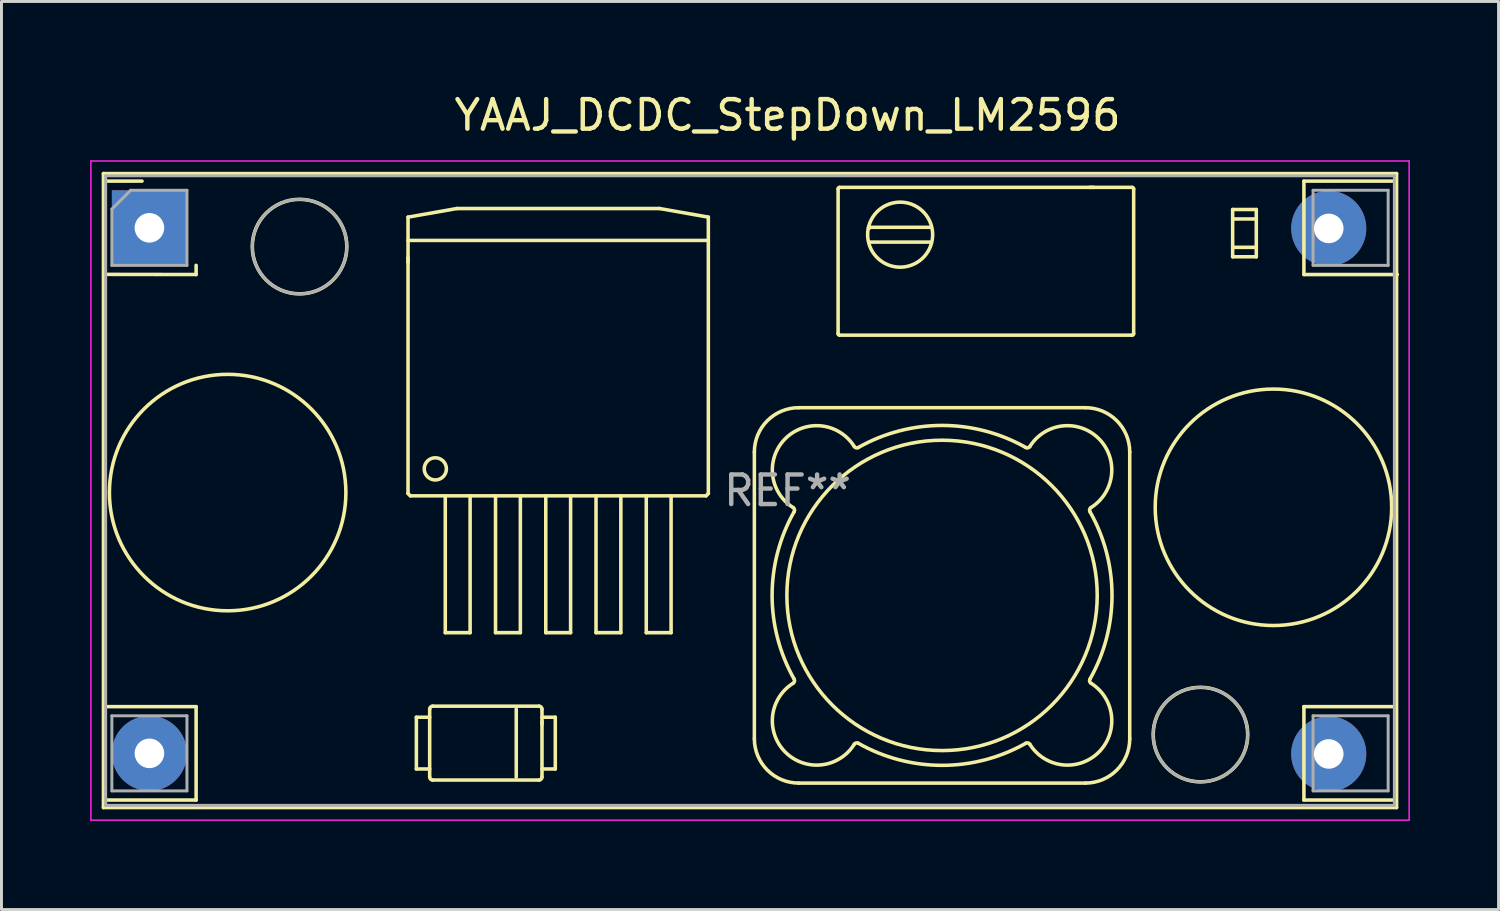
<source format=kicad_pcb>
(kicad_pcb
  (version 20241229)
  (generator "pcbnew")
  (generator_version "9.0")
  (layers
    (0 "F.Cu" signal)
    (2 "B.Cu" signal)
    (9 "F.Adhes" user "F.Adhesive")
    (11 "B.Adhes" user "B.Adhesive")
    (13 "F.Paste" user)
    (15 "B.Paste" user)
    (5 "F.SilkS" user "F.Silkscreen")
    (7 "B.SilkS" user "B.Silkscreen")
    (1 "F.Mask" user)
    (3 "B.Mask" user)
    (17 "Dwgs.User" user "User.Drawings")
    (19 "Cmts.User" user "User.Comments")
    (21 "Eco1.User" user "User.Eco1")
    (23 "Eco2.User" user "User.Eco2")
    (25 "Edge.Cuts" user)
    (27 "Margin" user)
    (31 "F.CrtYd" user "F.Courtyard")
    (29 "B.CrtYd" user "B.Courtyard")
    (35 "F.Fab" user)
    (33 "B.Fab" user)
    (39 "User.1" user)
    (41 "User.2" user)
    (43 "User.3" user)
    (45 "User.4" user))
  (footprint "YAAJ_DCDC_StepDown_LM2596"
    (layer "F.Cu")
    (at 2.005 4.658)
    (property "Reference" "YAAJ_DCDC_StepDown_LM2596" (at 21.59 -3.81 0) (layer "F.SilkS") (effects (font (size 1 1) (thickness 0.15))))
    (attr through_hole)
    (fp_line (start -1.555 -1.835) (end -1.555 19.615) (stroke (width 0.12) (type solid)) (layer "F.SilkS"))
    (fp_line (start -1.555 19.615) (end 42.195 19.615) (stroke (width 0.12) (type solid)) (layer "F.SilkS"))
    (fp_line (start -1.55 -1.58) (end -0.25 -1.58) (stroke (width 0.12) (type solid)) (layer "F.SilkS"))
    (fp_line (start -1.55 1.575) (end 1.58 1.58) (stroke (width 0.12) (type solid)) (layer "F.SilkS"))
    (fp_line (start -1.55 16.2) (end 1.58 16.2) (stroke (width 0.12) (type solid)) (layer "F.SilkS"))
    (fp_line (start -1.55 19.36) (end 1.58 19.36) (stroke (width 0.12) (type solid)) (layer "F.SilkS"))
    (fp_line (start 1.58 1.27) (end 1.58 1.58) (stroke (width 0.12) (type solid)) (layer "F.SilkS"))
    (fp_line (start 1.58 16.2) (end 1.58 19.36) (stroke (width 0.12) (type solid)) (layer "F.SilkS"))
    (fp_line (start 8.749 1.004) (end 8.749 1.166) (stroke (width 0.12) (type solid)) (layer "F.SilkS"))
    (fp_line (start 8.75 -0.362) (end 10.4 -0.653) (stroke (width 0.12) (type solid)) (layer "F.SilkS"))
    (fp_line (start 8.75 8.989) (end 8.75 -0.362) (stroke (width 0.12) (type solid)) (layer "F.SilkS"))
    (fp_line (start 8.75 8.989) (end 8.828 9.067) (stroke (width 0.12) (type solid)) (layer "F.SilkS"))
    (fp_line (start 8.828 9.067) (end 18.833 9.067) (stroke (width 0.12) (type solid)) (layer "F.SilkS"))
    (fp_line (start 9.032 16.558) (end 9.482 16.558) (stroke (width 0.12) (type solid)) (layer "F.SilkS"))
    (fp_line (start 9.032 18.308) (end 9.032 16.558) (stroke (width 0.12) (type solid)) (layer "F.SilkS"))
    (fp_line (start 9.482 18.308) (end 9.032 18.308) (stroke (width 0.12) (type solid)) (layer "F.SilkS"))
    (fp_line (start 9.482 18.583) (end 9.482 16.283) (stroke (width 0.12) (type solid)) (layer "F.SilkS"))
    (fp_line (start 9.582 16.183) (end 13.182 16.183) (stroke (width 0.12) (type solid)) (layer "F.SilkS"))
    (fp_line (start 10.01 13.697) (end 10.01 9.067) (stroke (width 0.12) (type solid)) (layer "F.SilkS"))
    (fp_line (start 10.01 13.697) (end 10.85 13.697) (stroke (width 0.12) (type solid)) (layer "F.SilkS"))
    (fp_line (start 10.4 -0.653) (end 17.26 -0.653) (stroke (width 0.12) (type solid)) (layer "F.SilkS"))
    (fp_line (start 10.85 13.697) (end 10.85 9.067) (stroke (width 0.12) (type solid)) (layer "F.SilkS"))
    (fp_line (start 11.71 13.697) (end 11.71 9.067) (stroke (width 0.12) (type solid)) (layer "F.SilkS"))
    (fp_line (start 11.71 13.697) (end 12.55 13.697) (stroke (width 0.12) (type solid)) (layer "F.SilkS"))
    (fp_line (start 12.411 16.283) (end 12.411 18.583) (stroke (width 0.12) (type solid)) (layer "F.SilkS"))
    (fp_line (start 12.55 13.697) (end 12.55 9.067) (stroke (width 0.12) (type solid)) (layer "F.SilkS"))
    (fp_line (start 13.182 18.683) (end 9.582 18.683) (stroke (width 0.12) (type solid)) (layer "F.SilkS"))
    (fp_line (start 13.282 16.283) (end 13.282 18.583) (stroke (width 0.12) (type solid)) (layer "F.SilkS"))
    (fp_line (start 13.282 16.558) (end 13.732 16.558) (stroke (width 0.12) (type solid)) (layer "F.SilkS"))
    (fp_line (start 13.283 16.795) (end 13.283 16.7) (stroke (width 0.12) (type solid)) (layer "F.SilkS"))
    (fp_line (start 13.41 13.697) (end 13.41 9.067) (stroke (width 0.12) (type solid)) (layer "F.SilkS"))
    (fp_line (start 13.41 13.697) (end 14.25 13.697) (stroke (width 0.12) (type solid)) (layer "F.SilkS"))
    (fp_line (start 13.732 16.558) (end 13.732 18.308) (stroke (width 0.12) (type solid)) (layer "F.SilkS"))
    (fp_line (start 13.732 18.308) (end 13.282 18.308) (stroke (width 0.12) (type solid)) (layer "F.SilkS"))
    (fp_line (start 14.25 13.697) (end 14.25 9.067) (stroke (width 0.12) (type solid)) (layer "F.SilkS"))
    (fp_line (start 15.11 13.697) (end 15.11 9.067) (stroke (width 0.12) (type solid)) (layer "F.SilkS"))
    (fp_line (start 15.11 13.697) (end 15.95 13.697) (stroke (width 0.12) (type solid)) (layer "F.SilkS"))
    (fp_line (start 15.95 13.697) (end 15.95 9.067) (stroke (width 0.12) (type solid)) (layer "F.SilkS"))
    (fp_line (start 16.81 13.697) (end 16.81 9.067) (stroke (width 0.12) (type solid)) (layer "F.SilkS"))
    (fp_line (start 16.81 13.697) (end 17.65 13.697) (stroke (width 0.12) (type solid)) (layer "F.SilkS"))
    (fp_line (start 17.26 -0.653) (end 18.91 -0.362) (stroke (width 0.12) (type solid)) (layer "F.SilkS"))
    (fp_line (start 17.65 13.697) (end 17.65 9.067) (stroke (width 0.12) (type solid)) (layer "F.SilkS"))
    (fp_line (start 18.833 9.067) (end 18.91 8.989) (stroke (width 0.12) (type solid)) (layer "F.SilkS"))
    (fp_line (start 18.91 0.427) (end 8.75 0.427) (stroke (width 0.12) (type solid)) (layer "F.SilkS"))
    (fp_line (start 18.91 8.989) (end 18.91 -0.362) (stroke (width 0.12) (type solid)) (layer "F.SilkS"))
    (fp_line (start 20.467 7.586) (end 20.467 17.286) (stroke (width 0.12) (type solid)) (layer "F.SilkS"))
    (fp_line (start 21.967 18.786) (end 31.667 18.786) (stroke (width 0.12) (type solid)) (layer "F.SilkS"))
    (fp_line (start 23.3 3.582) (end 23.3 -1.318) (stroke (width 0.12) (type solid)) (layer "F.SilkS"))
    (fp_line (start 23.35 -1.368) (end 33.25 -1.368) (stroke (width 0.12) (type solid)) (layer "F.SilkS"))
    (fp_line (start 24.336 -0.049) (end 24.361 -0.018) (stroke (width 0.12) (type solid)) (layer "F.SilkS"))
    (fp_line (start 24.349 0.007) (end 24.324 0.002) (stroke (width 0.12) (type solid)) (layer "F.SilkS"))
    (fp_line (start 24.349 0.007) (end 24.356 -0.024) (stroke (width 0.12) (type solid)) (layer "F.SilkS"))
    (fp_line (start 24.349 0.007) (end 24.361 -0.018) (stroke (width 0.12) (type solid)) (layer "F.SilkS"))
    (fp_line (start 24.361 0.482) (end 26.439 0.482) (stroke (width 0.12) (type solid)) (layer "F.SilkS"))
    (fp_line (start 26.439 -0.018) (end 24.361 -0.018) (stroke (width 0.12) (type solid)) (layer "F.SilkS"))
    (fp_line (start 31.667 6.086) (end 21.967 6.086) (stroke (width 0.12) (type solid)) (layer "F.SilkS"))
    (fp_line (start 31.859 -1.369) (end 31.814 -1.369) (stroke (width 0.12) (type solid)) (layer "F.SilkS"))
    (fp_line (start 31.942 -1.369) (end 31.908 -1.369) (stroke (width 0.12) (type solid)) (layer "F.SilkS"))
    (fp_line (start 33.167 17.286) (end 33.167 7.586) (stroke (width 0.12) (type solid)) (layer "F.SilkS"))
    (fp_line (start 33.25 3.632) (end 23.35 3.632) (stroke (width 0.12) (type solid)) (layer "F.SilkS"))
    (fp_line (start 33.3 -1.318) (end 33.3 3.582) (stroke (width 0.12) (type solid)) (layer "F.SilkS"))
    (fp_line (start 36.649 -0.3) (end 37.449 -0.3) (stroke (width 0.12) (type solid)) (layer "F.SilkS"))
    (fp_line (start 36.649 0.98) (end 36.649 -0.62) (stroke (width 0.12) (type solid)) (layer "F.SilkS"))
    (fp_line (start 37.449 -0.62) (end 36.649 -0.62) (stroke (width 0.12) (type solid)) (layer "F.SilkS"))
    (fp_line (start 37.449 -0.62) (end 37.449 0.98) (stroke (width 0.12) (type solid)) (layer "F.SilkS"))
    (fp_line (start 37.449 0.66) (end 36.649 0.66) (stroke (width 0.12) (type solid)) (layer "F.SilkS"))
    (fp_line (start 37.449 0.98) (end 36.649 0.98) (stroke (width 0.12) (type solid)) (layer "F.SilkS"))
    (fp_line (start 39.06 -1.58) (end 42.175 -1.58) (stroke (width 0.12) (type solid)) (layer "F.SilkS"))
    (fp_line (start 39.06 1.58) (end 39.06 -1.58) (stroke (width 0.12) (type solid)) (layer "F.SilkS"))
    (fp_line (start 39.06 1.58) (end 42.22 1.58) (stroke (width 0.12) (type solid)) (layer "F.SilkS"))
    (fp_line (start 39.06 16.2) (end 42.175 16.2) (stroke (width 0.12) (type solid)) (layer "F.SilkS"))
    (fp_line (start 39.06 19.36) (end 39.06 16.2) (stroke (width 0.12) (type solid)) (layer "F.SilkS"))
    (fp_line (start 39.06 19.36) (end 42.175 19.36) (stroke (width 0.12) (type solid)) (layer "F.SilkS"))
    (fp_line (start 42.195 -1.835) (end -1.555 -1.835) (stroke (width 0.12) (type solid)) (layer "F.SilkS"))
    (fp_line (start 42.195 19.615) (end 42.195 -1.835) (stroke (width 0.12) (type solid)) (layer "F.SilkS"))
    (fp_arc (start 9.481636 16.283217) (mid 9.510925 16.212506) (end 9.581636 16.183217) (stroke (width 0.12) (type solid)) (layer "F.SilkS"))
    (fp_arc (start 9.581636 18.683217) (mid 9.510925 18.653928) (end 9.481636 18.583217) (stroke (width 0.12) (type solid)) (layer "F.SilkS"))
    (fp_arc (start 13.181636 16.183217) (mid 13.252347 16.212506) (end 13.281636 16.283217) (stroke (width 0.12) (type solid)) (layer "F.SilkS"))
    (fp_arc (start 13.281636 18.583217) (mid 13.252347 18.653928) (end 13.181636 18.683217) (stroke (width 0.12) (type solid)) (layer "F.SilkS"))
    (fp_arc (start 20.467397 7.585796) (mid 20.906737 6.525136) (end 21.967397 6.085796) (stroke (width 0.12) (type solid)) (layer "F.SilkS"))
    (fp_arc (start 21.781131 9.46601) (mid 21.825145 9.526245) (end 21.815218 9.600183) (stroke (width 0.12) (type solid)) (layer "F.SilkS"))
    (fp_arc (start 21.781132 9.466011) (mid 21.514096 7.132496) (end 23.847611 7.399531) (stroke (width 0.12) (type solid)) (layer "F.SilkS"))
    (fp_arc (start 21.815217 15.271409) (mid 21.825145 15.345347) (end 21.781132 15.405582) (stroke (width 0.12) (type solid)) (layer "F.SilkS"))
    (fp_arc (start 21.815218 15.27141) (mid 21.067397 12.435796) (end 21.815218 9.600183) (stroke (width 0.12) (type solid)) (layer "F.SilkS"))
    (fp_arc (start 21.967397 18.785796) (mid 20.906737 18.346456) (end 20.467397 17.285796) (stroke (width 0.12) (type solid)) (layer "F.SilkS"))
    (fp_arc (start 23.299783 -1.317705) (mid 23.314428 -1.35306) (end 23.349783 -1.367705) (stroke (width 0.12) (type solid)) (layer "F.SilkS"))
    (fp_arc (start 23.349783 3.632294) (mid 23.314428 3.617649) (end 23.299783 3.582294) (stroke (width 0.12) (type solid)) (layer "F.SilkS"))
    (fp_arc (start 23.847611 17.472062) (mid 21.514095 17.739097) (end 21.781132 15.405582) (stroke (width 0.12) (type solid)) (layer "F.SilkS"))
    (fp_arc (start 23.847611 17.472062) (mid 23.907845 17.428049) (end 23.981783 17.437976) (stroke (width 0.12) (type solid)) (layer "F.SilkS"))
    (fp_arc (start 23.981783 7.433617) (mid 23.907845 7.443544) (end 23.847611 7.399531) (stroke (width 0.12) (type solid)) (layer "F.SilkS"))
    (fp_arc (start 23.981784 7.433617) (mid 26.817397 6.685796) (end 29.653011 7.433617) (stroke (width 0.12) (type solid)) (layer "F.SilkS"))
    (fp_arc (start 24.324148 0.462527) (mid 26.469605 -0.023594) (end 24.336385 0.51369) (stroke (width 0.12) (type solid)) (layer "F.SilkS"))
    (fp_arc (start 29.653011 17.437976) (mid 26.817397 18.185797) (end 23.981783 17.437976) (stroke (width 0.12) (type solid)) (layer "F.SilkS"))
    (fp_arc (start 29.653011 17.437976) (mid 29.726949 17.428049) (end 29.787183 17.472062) (stroke (width 0.12) (type solid)) (layer "F.SilkS"))
    (fp_arc (start 29.787183 7.399531) (mid 29.726949 7.443544) (end 29.653011 7.433617) (stroke (width 0.12) (type solid)) (layer "F.SilkS"))
    (fp_arc (start 29.787183 7.399531) (mid 32.120699 7.132496) (end 31.853662 9.466011) (stroke (width 0.12) (type solid)) (layer "F.SilkS"))
    (fp_arc (start 31.667397 6.085796) (mid 32.728057 6.525136) (end 33.167397 7.585796) (stroke (width 0.12) (type solid)) (layer "F.SilkS"))
    (fp_arc (start 31.819576 9.600183) (mid 32.567397 12.435796) (end 31.819576 15.27141) (stroke (width 0.12) (type solid)) (layer "F.SilkS"))
    (fp_arc (start 31.819577 9.600184) (mid 31.809649 9.526246) (end 31.853662 9.466011) (stroke (width 0.12) (type solid)) (layer "F.SilkS"))
    (fp_arc (start 31.853662 15.405582) (mid 32.120698 17.739097) (end 29.787183 17.472062) (stroke (width 0.12) (type solid)) (layer "F.SilkS"))
    (fp_arc (start 31.853663 15.405583) (mid 31.809649 15.345348) (end 31.819576 15.27141) (stroke (width 0.12) (type solid)) (layer "F.SilkS"))
    (fp_arc (start 33.167397 17.285796) (mid 32.728057 18.346456) (end 31.667397 18.785796) (stroke (width 0.12) (type solid)) (layer "F.SilkS"))
    (fp_arc (start 33.249783 -1.367705) (mid 33.285138 -1.35306) (end 33.299783 -1.317705) (stroke (width 0.12) (type solid)) (layer "F.SilkS"))
    (fp_arc (start 33.299783 3.582294) (mid 33.285138 3.617649) (end 33.249783 3.632294) (stroke (width 0.12) (type solid)) (layer "F.SilkS"))
    (fp_circle (center 2.647 8.957) (end 6.647 8.957) (stroke (width 0.12) (type solid)) (fill no) (layer "F.SilkS"))
    (fp_circle (center 5.08 0.635) (end 6.679 0.635) (stroke (width 0.12) (type solid)) (fill no) (layer "F.SilkS"))
    (fp_circle (center 9.673 8.155) (end 10.048 8.155) (stroke (width 0.12) (type solid)) (fill no) (layer "F.SilkS"))
    (fp_circle (center 26.817 12.436) (end 32.067 12.436) (stroke (width 0.12) (type solid)) (fill no) (layer "F.SilkS"))
    (fp_circle (center 35.56 17.145) (end 37.159 17.145) (stroke (width 0.12) (type solid)) (fill no) (layer "F.SilkS"))
    (fp_circle (center 38.029 9.455) (end 42.029 9.455) (stroke (width 0.12) (type solid)) (fill no) (layer "F.SilkS"))
    (fp_line (start -1.98 -2.26) (end 42.62 -2.26) (stroke (width 0.05) (type solid)) (layer "F.CrtYd"))
    (fp_line (start -1.98 20.04) (end -1.98 -2.26) (stroke (width 0.05) (type solid)) (layer "F.CrtYd"))
    (fp_line (start 42.62 -2.26) (end 42.62 20.04) (stroke (width 0.05) (type solid)) (layer "F.CrtYd"))
    (fp_line (start 42.62 20.04) (end -1.98 20.04) (stroke (width 0.05) (type solid)) (layer "F.CrtYd"))
    (fp_line (start -1.48 -1.76) (end -1.48 19.54) (stroke (width 0.1) (type solid)) (layer "F.Fab"))
    (fp_line (start -1.48 19.54) (end 42.12 19.54) (stroke (width 0.1) (type solid)) (layer "F.Fab"))
    (fp_line (start -1.27 -0.635) (end -0.635 -1.27) (stroke (width 0.1) (type solid)) (layer "F.Fab"))
    (fp_line (start -1.27 1.27) (end -1.27 -0.635) (stroke (width 0.1) (type solid)) (layer "F.Fab"))
    (fp_line (start -1.27 16.51) (end 1.27 16.51) (stroke (width 0.1) (type solid)) (layer "F.Fab"))
    (fp_line (start -1.27 19.05) (end -1.27 16.51) (stroke (width 0.1) (type solid)) (layer "F.Fab"))
    (fp_line (start -0.635 -1.27) (end 1.27 -1.27) (stroke (width 0.1) (type solid)) (layer "F.Fab"))
    (fp_line (start 1.27 -1.27) (end 1.27 1.27) (stroke (width 0.1) (type solid)) (layer "F.Fab"))
    (fp_line (start 1.27 1.27) (end -1.27 1.27) (stroke (width 0.1) (type solid)) (layer "F.Fab"))
    (fp_line (start 1.27 16.51) (end 1.27 19.05) (stroke (width 0.1) (type solid)) (layer "F.Fab"))
    (fp_line (start 1.27 19.05) (end -1.27 19.05) (stroke (width 0.1) (type solid)) (layer "F.Fab"))
    (fp_line (start 39.37 -1.27) (end 41.91 -1.27) (stroke (width 0.1) (type solid)) (layer "F.Fab"))
    (fp_line (start 39.37 1.27) (end 39.37 -1.27) (stroke (width 0.1) (type solid)) (layer "F.Fab"))
    (fp_line (start 39.37 16.51) (end 41.91 16.51) (stroke (width 0.1) (type solid)) (layer "F.Fab"))
    (fp_line (start 39.37 19.05) (end 39.37 16.51) (stroke (width 0.1) (type solid)) (layer "F.Fab"))
    (fp_line (start 41.91 -1.27) (end 41.91 1.27) (stroke (width 0.1) (type solid)) (layer "F.Fab"))
    (fp_line (start 41.91 1.27) (end 39.37 1.27) (stroke (width 0.1) (type solid)) (layer "F.Fab"))
    (fp_line (start 41.91 16.51) (end 41.91 19.05) (stroke (width 0.1) (type solid)) (layer "F.Fab"))
    (fp_line (start 41.91 19.05) (end 39.37 19.05) (stroke (width 0.1) (type solid)) (layer "F.Fab"))
    (fp_line (start 42.12 -1.76) (end -1.48 -1.76) (stroke (width 0.1) (type solid)) (layer "F.Fab"))
    (fp_line (start 42.12 19.54) (end 42.12 -1.76) (stroke (width 0.1) (type solid)) (layer "F.Fab"))
    (fp_circle (center 5.08 0.635) (end 6.679 0.635) (stroke (width 0.1) (type solid)) (fill no) (layer "F.Fab"))
    (fp_circle (center 35.56 17.145) (end 37.159 17.145) (stroke (width 0.1) (type solid)) (fill no) (layer "F.Fab"))
    (fp_text user "REF**" (at 21.59 8.89 0) (layer "F.Fab") (effects (font (size 1 1) (thickness 0.15))))
    (pad "1" thru_hole rect (at 0 0) (size 2.54 2.54) (drill 1) (layers "*.Cu" "*.Mask"))
    (pad "2" thru_hole circle (at 0 17.78) (size 2.54 2.54) (drill 1) (layers "*.Cu" "*.Mask"))
    (pad "3" thru_hole circle (at 39.9 17.8) (size 2.54 2.54) (drill 1) (layers "*.Cu" "*.Mask"))
    (pad "4" thru_hole circle (at 39.9 0.02) (size 2.54 2.54) (drill 1) (layers "*.Cu" "*.Mask")))
  (gr_rect
    (start -3 -3)
    (end 47.65 27.723)
    (stroke (width 0.1) (type default))
    (fill no)
    (layer "Edge.Cuts")))
</source>
